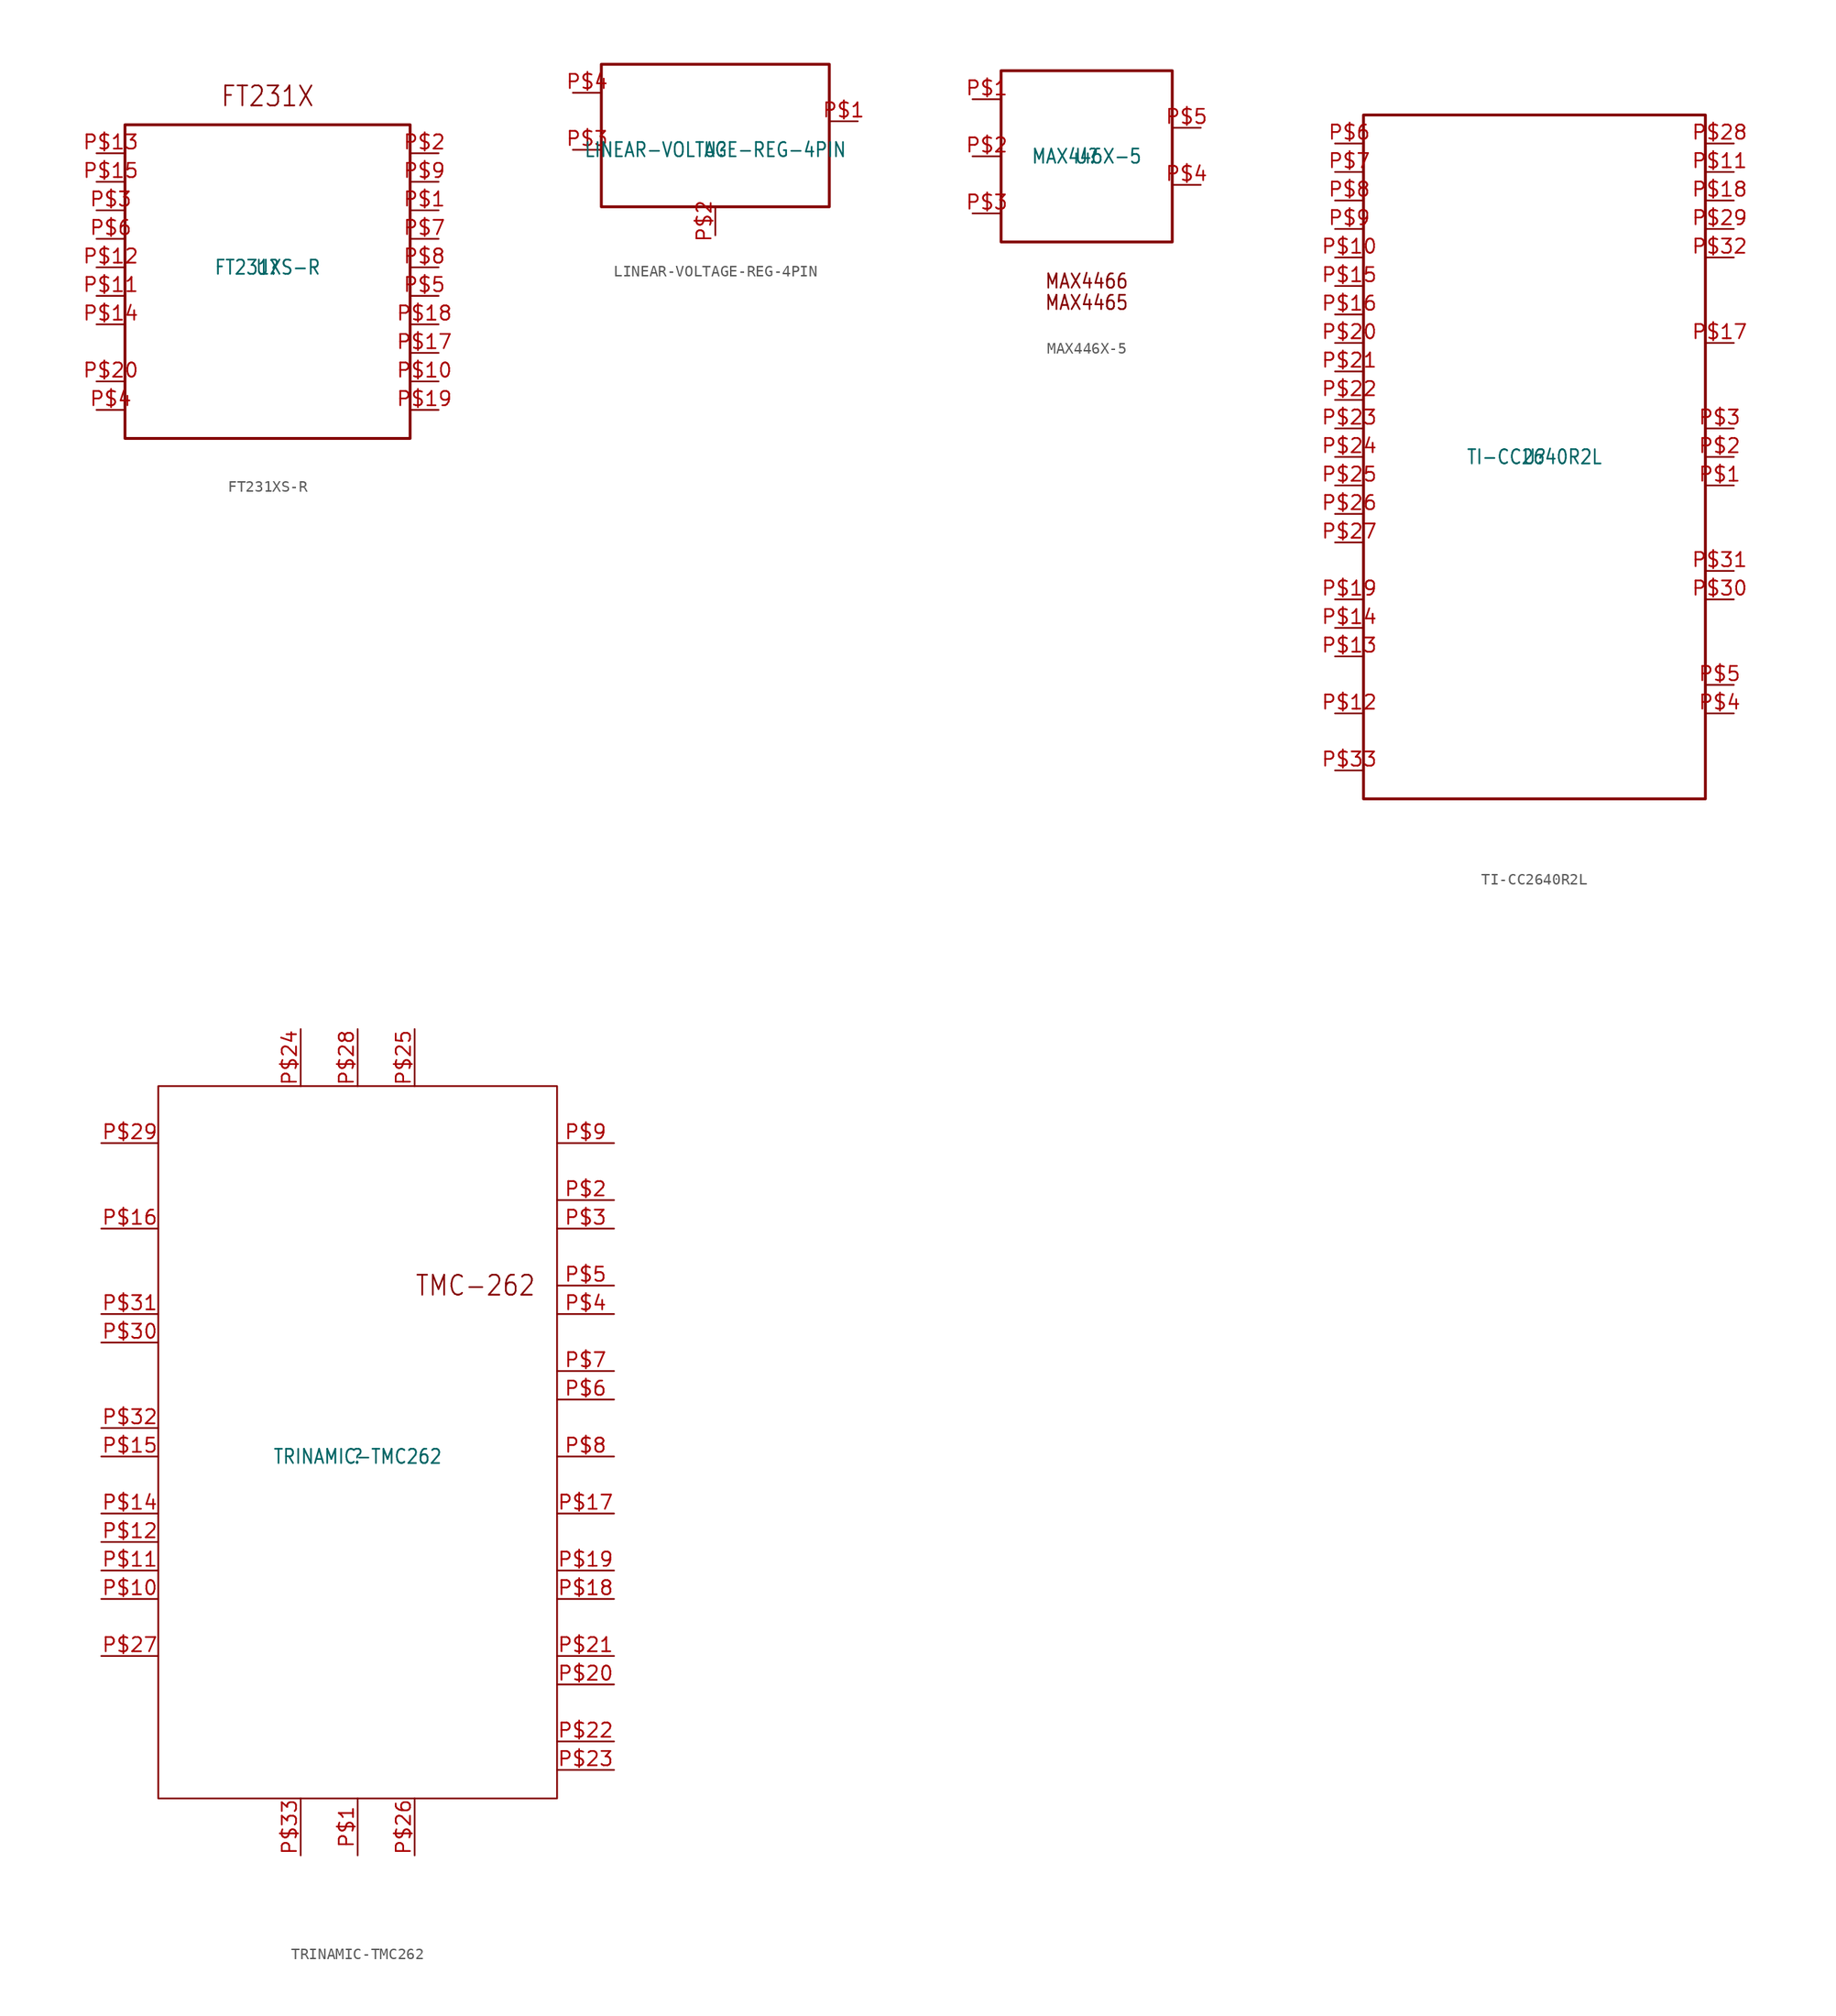
<source format=kicad_sym>
(kicad_symbol_lib
  (version 20211014)
  (generator kicad_symbol_editor)
  (symbol "FT231XS-R"
    (pin_names
      (offset 1.016) hide)
    (property "Reference" "U"
      (at 0 0 0)
      (effects (font (size 1.27 1.086))))
    (property "Value" "FT231XS-R"
      (at 0 0 0)
      (effects (font (size 1.27 1.086))))
    (symbol "FT231XS-R_0_0"
      (text "FT231X" (at 0.0 15.24 0) (effects (font (size 1.778 1.52)))))
    (symbol "FT231XS-R_0_1"
      (polyline (pts (xy -12.7 12.7) (xy 12.7 12.7) (xy 12.7 -15.24) (xy -12.7 -15.24) (xy -12.7 12.7)) (stroke (width 0.254) (type default) (color 0 0 0 0))))
    (symbol "FT231XS-R_1_1"
      (pin bidirectional line (at -15.24 10.16 0) (length 2.54) (name "3V3OUT" (effects (font (size 1.27 1.086)))) (number "P$13" (effects (font (size 1.27 1.086)))))
      (pin bidirectional line (at -15.24 7.62 0) (length 2.54) (name "VCC" (effects (font (size 1.27 1.086)))) (number "P$15" (effects (font (size 1.27 1.086)))))
      (pin bidirectional line (at -15.24 5.08 0) (length 2.54) (name "VCCIO" (effects (font (size 1.27 1.086)))) (number "P$3" (effects (font (size 1.27 1.086)))))
      (pin bidirectional line (at -15.24 0 0) (length 2.54) (name "USBDM" (effects (font (size 1.27 1.086)))) (number "P$12" (effects (font (size 1.27 1.086)))))
      (pin bidirectional line (at -15.24 -2.54 0) (length 2.54) (name "USBDP" (effects (font (size 1.27 1.086)))) (number "P$11" (effects (font (size 1.27 1.086)))))
      (pin bidirectional line (at -15.24 2.54 0) (length 2.54) (name "GND" (effects (font (size 1.27 1.086)))) (number "P$6" (effects (font (size 1.27 1.086)))))
      (pin bidirectional line (at -15.24 2.54 0) (length 2.54) hide (name "GND" (effects (font (size 1.27 1.086)))) (number "P$16" (effects (font (size 1.27 1.086)))))
      (pin bidirectional line (at -15.24 -5.08 0) (length 2.54) (name "RESET#" (effects (font (size 1.27 1.086)))) (number "P$14" (effects (font (size 1.27 1.086)))))
      (pin bidirectional line (at 15.24 -12.7 180) (length 2.54) (name "CBUS3" (effects (font (size 1.27 1.086)))) (number "P$19" (effects (font (size 1.27 1.086)))))
      (pin bidirectional line (at 15.24 -10.16 180) (length 2.54) (name "CBUS2" (effects (font (size 1.27 1.086)))) (number "P$10" (effects (font (size 1.27 1.086)))))
      (pin bidirectional line (at 15.24 -7.62 180) (length 2.54) (name "CBUS1" (effects (font (size 1.27 1.086)))) (number "P$17" (effects (font (size 1.27 1.086)))))
      (pin bidirectional line (at 15.24 -5.08 180) (length 2.54) (name "CBUS0" (effects (font (size 1.27 1.086)))) (number "P$18" (effects (font (size 1.27 1.086)))))
      (pin bidirectional line (at 15.24 -2.54 180) (length 2.54) (name "RI#" (effects (font (size 1.27 1.086)))) (number "P$5" (effects (font (size 1.27 1.086)))))
      (pin bidirectional line (at 15.24 2.54 180) (length 2.54) (name "DSR#" (effects (font (size 1.27 1.086)))) (number "P$7" (effects (font (size 1.27 1.086)))))
      (pin bidirectional line (at 15.24 0 180) (length 2.54) (name "DCD#" (effects (font (size 1.27 1.086)))) (number "P$8" (effects (font (size 1.27 1.086)))))
      (pin bidirectional line (at 15.24 5.08 180) (length 2.54) (name "DTR#" (effects (font (size 1.27 1.086)))) (number "P$1" (effects (font (size 1.27 1.086)))))
      (pin bidirectional line (at 15.24 7.62 180) (length 2.54) (name "CTS#" (effects (font (size 1.27 1.086)))) (number "P$9" (effects (font (size 1.27 1.086)))))
      (pin bidirectional line (at 15.24 10.16 180) (length 2.54) (name "RTS#" (effects (font (size 1.27 1.086)))) (number "P$2" (effects (font (size 1.27 1.086)))))
      (pin bidirectional line (at -15.24 -12.7 0) (length 2.54) (name "RXD" (effects (font (size 1.27 1.086)))) (number "P$4" (effects (font (size 1.27 1.086)))))
      (pin bidirectional line (at -15.24 -10.16 0) (length 2.54) (name "TXD" (effects (font (size 1.27 1.086)))) (number "P$20" (effects (font (size 1.27 1.086)))))))
  (symbol "LINEAR-VOLTAGE-REG-4PIN"
    (pin_names
      (offset 1.016) hide)
    (property "Reference" "U"
      (at 0 0 0)
      (effects (font (size 1.27 1.086))))
    (property "Value" "LINEAR-VOLTAGE-REG-4PIN"
      (at 0 0 0)
      (effects (font (size 1.27 1.086))))
    (symbol "LINEAR-VOLTAGE-REG-4PIN_0_0")
    (symbol "LINEAR-VOLTAGE-REG-4PIN_0_1"
      (polyline (pts (xy -10.16 7.62) (xy 10.16 7.62) (xy 10.16 -5.08) (xy -10.16 -5.08) (xy -10.16 7.62)) (stroke (width 0.254) (type default) (color 0 0 0 0))))
    (symbol "LINEAR-VOLTAGE-REG-4PIN_1_1"
      (pin input line (at -12.7 5.08 0) (length 2.54) (name "IN" (effects (font (size 1.27 1.086)))) (number "P$4" (effects (font (size 1.27 1.086)))))
      (pin bidirectional line (at -12.7 0 0) (length 2.54) (name "EN" (effects (font (size 1.27 1.086)))) (number "P$3" (effects (font (size 1.27 1.086)))))
      (pin power_in line (at 0 -7.62 90) (length 2.54) (name "GND" (effects (font (size 1.27 1.086)))) (number "P$2" (effects (font (size 1.27 1.086)))))
      (pin power_in line (at 0 -7.62 90) (length 2.54) hide (name "GND" (effects (font (size 1.27 1.086)))) (number "S$1" (effects (font (size 1.27 1.086)))))
      (pin output line (at 12.7 2.54 180) (length 2.54) (name "OUT" (effects (font (size 1.27 1.086)))) (number "P$1" (effects (font (size 1.27 1.086)))))))
  (symbol "MAX446X-5"
    (pin_names
      (offset 1.016) hide)
    (property "Reference" "U"
      (at 0 0 0)
      (effects (font (size 1.27 1.086))))
    (property "Value" "MAX446X-5"
      (at 0 0 0)
      (effects (font (size 1.27 1.086))))
    (symbol "MAX446X-5_0_0"
      (text "MAX4466" (at 0.0 -11.113 0) (effects (font (size 1.27 1.086))))
      (text "MAX4465" (at 0.0 -13.018 0) (effects (font (size 1.27 1.086)))))
    (symbol "MAX446X-5_0_1"
      (polyline (pts (xy -7.62 7.62) (xy 7.62 7.62) (xy 7.62 -7.62) (xy -7.62 -7.62) (xy -7.62 7.62)) (stroke (width 0.254) (type default) (color 0 0 0 0))))
    (symbol "MAX446X-5_1_1"
      (pin bidirectional line (at -10.16 5.08 0) (length 2.54) (name "IN+" (effects (font (size 1.27 1.086)))) (number "P$1" (effects (font (size 1.27 1.086)))))
      (pin power_in line (at -10.16 0 0) (length 2.54) (name "GND" (effects (font (size 1.27 1.086)))) (number "P$2" (effects (font (size 1.27 1.086)))))
      (pin bidirectional line (at -10.16 -5.08 0) (length 2.54) (name "IN-" (effects (font (size 1.27 1.086)))) (number "P$3" (effects (font (size 1.27 1.086)))))
      (pin output line (at 10.16 -2.54 180) (length 2.54) (name "OUT" (effects (font (size 1.27 1.086)))) (number "P$4" (effects (font (size 1.27 1.086)))))
      (pin power_in line (at 10.16 2.54 180) (length 2.54) (name "VCC" (effects (font (size 1.27 1.086)))) (number "P$5" (effects (font (size 1.27 1.086)))))))
  (symbol "TI-CC2640R2L"
    (pin_names
      (offset 1.016) hide)
    (property "Reference" "U"
      (at 0 0 0)
      (effects (font (size 1.27 1.086))))
    (property "Value" "TI-CC2640R2L"
      (at 0 0 0)
      (effects (font (size 1.27 1.086))))
    (symbol "TI-CC2640R2L_0_0")
    (symbol "TI-CC2640R2L_0_1"
      (polyline (pts (xy -15.24 30.48) (xy 15.24 30.48) (xy 15.24 -30.48) (xy -15.24 -30.48) (xy -15.24 30.48)) (stroke (width 0.254) (type default) (color 0 0 0 0))))
    (symbol "TI-CC2640R2L_1_1"
      (pin bidirectional line (at -17.78 27.94 0) (length 2.54) (name "DIO_0" (effects (font (size 1.27 1.086)))) (number "P$6" (effects (font (size 1.27 1.086)))))
      (pin bidirectional line (at -17.78 25.4 0) (length 2.54) (name "DIO_1" (effects (font (size 1.27 1.086)))) (number "P$7" (effects (font (size 1.27 1.086)))))
      (pin bidirectional line (at -17.78 22.86 0) (length 2.54) (name "DIO_2" (effects (font (size 1.27 1.086)))) (number "P$8" (effects (font (size 1.27 1.086)))))
      (pin bidirectional line (at -17.78 20.32 0) (length 2.54) (name "DIO_3" (effects (font (size 1.27 1.086)))) (number "P$9" (effects (font (size 1.27 1.086)))))
      (pin bidirectional line (at -17.78 17.78 0) (length 2.54) (name "DIO_4" (effects (font (size 1.27 1.086)))) (number "P$10" (effects (font (size 1.27 1.086)))))
      (pin bidirectional line (at -17.78 15.24 0) (length 2.54) (name "DIO_5" (effects (font (size 1.27 1.086)))) (number "P$15" (effects (font (size 1.27 1.086)))))
      (pin bidirectional line (at -17.78 12.7 0) (length 2.54) (name "DIO_6" (effects (font (size 1.27 1.086)))) (number "P$16" (effects (font (size 1.27 1.086)))))
      (pin bidirectional line (at -17.78 10.16 0) (length 2.54) (name "DIO_7" (effects (font (size 1.27 1.086)))) (number "P$20" (effects (font (size 1.27 1.086)))))
      (pin bidirectional line (at -17.78 7.62 0) (length 2.54) (name "DIO_8" (effects (font (size 1.27 1.086)))) (number "P$21" (effects (font (size 1.27 1.086)))))
      (pin bidirectional line (at -17.78 5.08 0) (length 2.54) (name "DIO_9" (effects (font (size 1.27 1.086)))) (number "P$22" (effects (font (size 1.27 1.086)))))
      (pin bidirectional line (at -17.78 2.54 0) (length 2.54) (name "DIO_10" (effects (font (size 1.27 1.086)))) (number "P$23" (effects (font (size 1.27 1.086)))))
      (pin bidirectional line (at -17.78 0 0) (length 2.54) (name "DIO_11" (effects (font (size 1.27 1.086)))) (number "P$24" (effects (font (size 1.27 1.086)))))
      (pin bidirectional line (at -17.78 -2.54 0) (length 2.54) (name "DIO_12" (effects (font (size 1.27 1.086)))) (number "P$25" (effects (font (size 1.27 1.086)))))
      (pin bidirectional line (at -17.78 -5.08 0) (length 2.54) (name "DIO_13" (effects (font (size 1.27 1.086)))) (number "P$26" (effects (font (size 1.27 1.086)))))
      (pin bidirectional line (at -17.78 -7.62 0) (length 2.54) (name "DIO_14" (effects (font (size 1.27 1.086)))) (number "P$27" (effects (font (size 1.27 1.086)))))
      (pin bidirectional line (at -17.78 -12.7 0) (length 2.54) (name "RESET" (effects (font (size 1.27 1.086)))) (number "P$19" (effects (font (size 1.27 1.086)))))
      (pin bidirectional line (at -17.78 -15.24 0) (length 2.54) (name "JTAG_TCKC" (effects (font (size 1.27 1.086)))) (number "P$14" (effects (font (size 1.27 1.086)))))
      (pin bidirectional line (at -17.78 -17.78 0) (length 2.54) (name "JTAG_TMSC" (effects (font (size 1.27 1.086)))) (number "P$13" (effects (font (size 1.27 1.086)))))
      (pin bidirectional line (at -17.78 -22.86 0) (length 2.54) (name "DCOUPL" (effects (font (size 1.27 1.086)))) (number "P$12" (effects (font (size 1.27 1.086)))))
      (pin bidirectional line (at -17.78 -27.94 0) (length 2.54) (name "VSS" (effects (font (size 1.27 1.086)))) (number "P$33" (effects (font (size 1.27 1.086)))))
      (pin bidirectional line (at 17.78 27.94 180) (length 2.54) (name "VDDS" (effects (font (size 1.27 1.086)))) (number "P$28" (effects (font (size 1.27 1.086)))))
      (pin bidirectional line (at 17.78 22.86 180) (length 2.54) (name "VDDS_DCDC" (effects (font (size 1.27 1.086)))) (number "P$18" (effects (font (size 1.27 1.086)))))
      (pin bidirectional line (at 17.78 25.4 180) (length 2.54) (name "VDDS2" (effects (font (size 1.27 1.086)))) (number "P$11" (effects (font (size 1.27 1.086)))))
      (pin bidirectional line (at 17.78 20.32 180) (length 2.54) (name "VDDR" (effects (font (size 1.27 1.086)))) (number "P$29" (effects (font (size 1.27 1.086)))))
      (pin bidirectional line (at 17.78 17.78 180) (length 2.54) (name "VDDR_RF" (effects (font (size 1.27 1.086)))) (number "P$32" (effects (font (size 1.27 1.086)))))
      (pin bidirectional line (at 17.78 10.16 180) (length 2.54) (name "DCDC_SW" (effects (font (size 1.27 1.086)))) (number "P$17" (effects (font (size 1.27 1.086)))))
      (pin bidirectional line (at 17.78 2.54 180) (length 2.54) (name "RX_TX" (effects (font (size 1.27 1.086)))) (number "P$3" (effects (font (size 1.27 1.086)))))
      (pin bidirectional line (at 17.78 0 180) (length 2.54) (name "RF_N" (effects (font (size 1.27 1.086)))) (number "P$2" (effects (font (size 1.27 1.086)))))
      (pin bidirectional line (at 17.78 -2.54 180) (length 2.54) (name "RF_P" (effects (font (size 1.27 1.086)))) (number "P$1" (effects (font (size 1.27 1.086)))))
      (pin bidirectional line (at 17.78 -10.16 180) (length 2.54) (name "X24M_P" (effects (font (size 1.27 1.086)))) (number "P$31" (effects (font (size 1.27 1.086)))))
      (pin bidirectional line (at 17.78 -12.7 180) (length 2.54) (name "X24M_N" (effects (font (size 1.27 1.086)))) (number "P$30" (effects (font (size 1.27 1.086)))))
      (pin bidirectional line (at 17.78 -20.32 180) (length 2.54) (name "X32K_Q2" (effects (font (size 1.27 1.086)))) (number "P$5" (effects (font (size 1.27 1.086)))))
      (pin bidirectional line (at 17.78 -22.86 180) (length 2.54) (name "X32K_Q1" (effects (font (size 1.27 1.086)))) (number "P$4" (effects (font (size 1.27 1.086)))))))
  (symbol "TRINAMIC-TMC262"
    (pin_names
      (offset 1.016) hide)
    (property "Reference" ""
      (at 0 0 0)
      (effects (font (size 1.27 1.086))))
    (property "Value" "TRINAMIC-TMC262"
      (at 0 0 0)
      (effects (font (size 1.27 1.086))))
    (symbol "TRINAMIC-TMC262_0_0"
      (text "TMC-262" (at 5.08 15.24 0) (effects (font (size 1.778 1.52)) (justify left))))
    (symbol "TRINAMIC-TMC262_0_1"
      (polyline (pts (xy -17.78 33.02) (xy 17.78 33.02) (xy 17.78 -30.48) (xy -17.78 -30.48) (xy -17.78 33.02)) (stroke (width 0.152) (type default) (color 0 0 0 0))))
    (symbol "TRINAMIC-TMC262_1_1"
      (pin bidirectional line (at 22.86 27.94 180) (length 5.08) (name "5VOUT" (effects (font (size 1.27 1.086)))) (number "P$9" (effects (font (size 1.27 1.086)))))
      (pin bidirectional line (at 22.86 15.24 180) (length 5.08) (name "BMA1" (effects (font (size 1.27 1.086)))) (number "P$5" (effects (font (size 1.27 1.086)))))
      (pin bidirectional line (at 22.86 12.7 180) (length 5.08) (name "BMA2" (effects (font (size 1.27 1.086)))) (number "P$4" (effects (font (size 1.27 1.086)))))
      (pin bidirectional line (at 22.86 -20.32 180) (length 5.08) (name "BMB1" (effects (font (size 1.27 1.086)))) (number "P$20" (effects (font (size 1.27 1.086)))))
      (pin bidirectional line (at 22.86 -17.78 180) (length 5.08) (name "BMB2" (effects (font (size 1.27 1.086)))) (number "P$21" (effects (font (size 1.27 1.086)))))
      (pin bidirectional line (at -22.86 20.32 0) (length 5.08) (name "CLK" (effects (font (size 1.27 1.086)))) (number "P$16" (effects (font (size 1.27 1.086)))))
      (pin bidirectional line (at -22.86 -5.08 0) (length 5.08) (name "CSN" (effects (font (size 1.27 1.086)))) (number "P$14" (effects (font (size 1.27 1.086)))))
      (pin bidirectional line (at -5.08 -35.56 90) (length 5.08) (name "DIE_PAD" (effects (font (size 1.27 1.086)))) (number "P$33" (effects (font (size 1.27 1.086)))))
      (pin bidirectional line (at -22.86 10.16 0) (length 5.08) (name "DIR" (effects (font (size 1.27 1.086)))) (number "P$30" (effects (font (size 1.27 1.086)))))
      (pin bidirectional line (at -22.86 0 0) (length 5.08) (name "ENABLE" (effects (font (size 1.27 1.086)))) (number "P$15" (effects (font (size 1.27 1.086)))))
      (pin bidirectional line (at 0 -35.56 90) (length 5.08) (name "GND" (effects (font (size 1.27 1.086)))) (number "P$1" (effects (font (size 1.27 1.086)))))
      (pin bidirectional line (at 0 -35.56 90) (length 5.08) hide (name "GND" (effects (font (size 1.27 1.086)))) (number "P$13" (effects (font (size 1.27 1.086)))))
      (pin bidirectional line (at 0 38.1 270) (length 5.08) (name "GNDP" (effects (font (size 1.27 1.086)))) (number "P$28" (effects (font (size 1.27 1.086)))))
      (pin bidirectional line (at 22.86 22.86 180) (length 5.08) (name "HA1" (effects (font (size 1.27 1.086)))) (number "P$2" (effects (font (size 1.27 1.086)))))
      (pin bidirectional line (at 22.86 20.32 180) (length 5.08) (name "HA2" (effects (font (size 1.27 1.086)))) (number "P$3" (effects (font (size 1.27 1.086)))))
      (pin bidirectional line (at 22.86 -27.94 180) (length 5.08) (name "HB1" (effects (font (size 1.27 1.086)))) (number "P$23" (effects (font (size 1.27 1.086)))))
      (pin bidirectional line (at 22.86 -25.4 180) (length 5.08) (name "HB2" (effects (font (size 1.27 1.086)))) (number "P$22" (effects (font (size 1.27 1.086)))))
      (pin bidirectional line (at 22.86 5.08 180) (length 5.08) (name "LA1" (effects (font (size 1.27 1.086)))) (number "P$6" (effects (font (size 1.27 1.086)))))
      (pin bidirectional line (at 22.86 7.62 180) (length 5.08) (name "LA2" (effects (font (size 1.27 1.086)))) (number "P$7" (effects (font (size 1.27 1.086)))))
      (pin bidirectional line (at 22.86 -10.16 180) (length 5.08) (name "LB1" (effects (font (size 1.27 1.086)))) (number "P$19" (effects (font (size 1.27 1.086)))))
      (pin bidirectional line (at 22.86 -12.7 180) (length 5.08) (name "LB2" (effects (font (size 1.27 1.086)))) (number "P$18" (effects (font (size 1.27 1.086)))))
      (pin bidirectional line (at -22.86 -7.62 0) (length 5.08) (name "SCK" (effects (font (size 1.27 1.086)))) (number "P$12" (effects (font (size 1.27 1.086)))))
      (pin bidirectional line (at -22.86 -10.16 0) (length 5.08) (name "SDI" (effects (font (size 1.27 1.086)))) (number "P$11" (effects (font (size 1.27 1.086)))))
      (pin bidirectional line (at -22.86 -12.7 0) (length 5.08) (name "SDO" (effects (font (size 1.27 1.086)))) (number "P$10" (effects (font (size 1.27 1.086)))))
      (pin bidirectional line (at -22.86 -17.78 0) (length 5.08) (name "SG_TST" (effects (font (size 1.27 1.086)))) (number "P$27" (effects (font (size 1.27 1.086)))))
      (pin bidirectional line (at 22.86 0 180) (length 5.08) (name "SRA" (effects (font (size 1.27 1.086)))) (number "P$8" (effects (font (size 1.27 1.086)))))
      (pin bidirectional line (at 22.86 -5.08 180) (length 5.08) (name "SRB" (effects (font (size 1.27 1.086)))) (number "P$17" (effects (font (size 1.27 1.086)))))
      (pin bidirectional line (at -22.86 12.7 0) (length 5.08) (name "STEP" (effects (font (size 1.27 1.086)))) (number "P$31" (effects (font (size 1.27 1.086)))))
      (pin bidirectional line (at 5.08 -35.56 90) (length 5.08) (name "TEST_ANA" (effects (font (size 1.27 1.086)))) (number "P$26" (effects (font (size 1.27 1.086)))))
      (pin bidirectional line (at -22.86 2.54 0) (length 5.08) (name "TEST_SE" (effects (font (size 1.27 1.086)))) (number "P$32" (effects (font (size 1.27 1.086)))))
      (pin bidirectional line (at -22.86 27.94 0) (length 5.08) (name "VCC_IO" (effects (font (size 1.27 1.086)))) (number "P$29" (effects (font (size 1.27 1.086)))))
      (pin bidirectional line (at -5.08 38.1 270) (length 5.08) (name "VHS" (effects (font (size 1.27 1.086)))) (number "P$24" (effects (font (size 1.27 1.086)))))
      (pin bidirectional line (at 5.08 38.1 270) (length 5.08) (name "VS" (effects (font (size 1.27 1.086)))) (number "P$25" (effects (font (size 1.27 1.086))))))))
</source>
